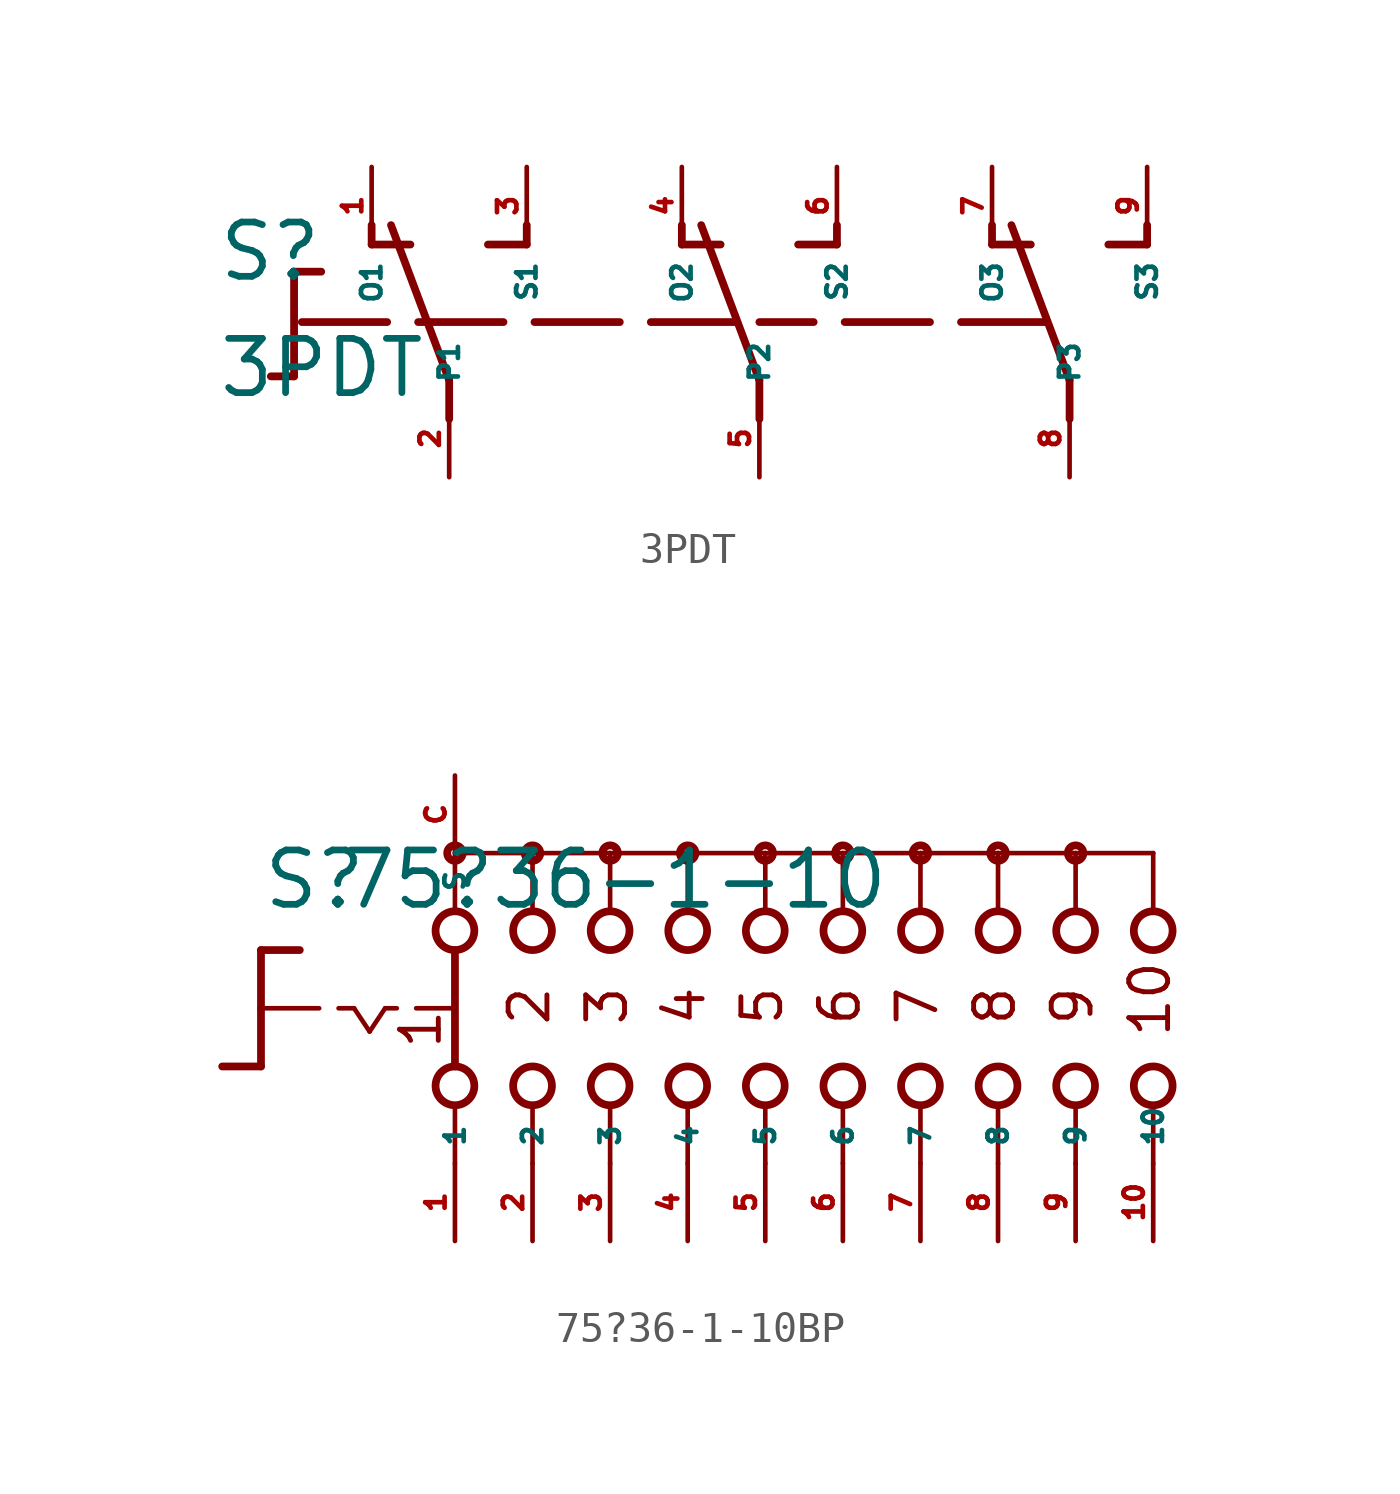
<source format=kicad_sym>
(kicad_symbol_lib
  (version 20220914)
  (generator Eagle2Kicad)
  (symbol "3PDT"
    (property "Reference" "S"
      (at -7.62 1.27 0)
      (effects (font (size 1.778 1.778) (thickness 0.22)) (justify left bottom)))
    (property "Value" "3PDT"
      (at -7.62 -2.54 0)
      (effects (font (size 1.778 1.778) (thickness 0.22)) (justify left bottom)))
    (polyline
      (pts (xy 0 -3.175) (xy 0 -1.905))
      (stroke (width 0.254) (type default))
      (fill (type none)))
    (polyline
      (pts (xy 0 -1.905) (xy -1.905 3.175))
      (stroke (width 0.254) (type default))
      (fill (type none)))
    (polyline
      (pts (xy 1.27 2.54) (xy 2.54 2.54))
      (stroke (width 0.254) (type default))
      (fill (type none)))
    (polyline
      (pts (xy 2.54 2.54) (xy 2.54 3.175))
      (stroke (width 0.254) (type default))
      (fill (type none)))
    (polyline
      (pts (xy -2.54 2.54) (xy -1.27 2.54))
      (stroke (width 0.254) (type default))
      (fill (type none)))
    (polyline
      (pts (xy -2.54 2.54) (xy -2.54 3.175))
      (stroke (width 0.254) (type default))
      (fill (type none)))
    (polyline
      (pts (xy 10.16 -3.175) (xy 10.16 -1.905))
      (stroke (width 0.254) (type default))
      (fill (type none)))
    (polyline
      (pts (xy 10.16 -1.905) (xy 8.255 3.175))
      (stroke (width 0.254) (type default))
      (fill (type none)))
    (polyline
      (pts (xy 11.43 2.54) (xy 12.7 2.54))
      (stroke (width 0.254) (type default))
      (fill (type none)))
    (polyline
      (pts (xy 12.7 2.54) (xy 12.7 3.175))
      (stroke (width 0.254) (type default))
      (fill (type none)))
    (polyline
      (pts (xy 7.62 2.54) (xy 8.89 2.54))
      (stroke (width 0.254) (type default))
      (fill (type none)))
    (polyline
      (pts (xy 7.62 2.54) (xy 7.62 3.175))
      (stroke (width 0.254) (type default))
      (fill (type none)))
    (polyline
      (pts (xy 9.398 0) (xy -5.08 0))
      (stroke (width 0.254) (type dash))
      (fill (type none)))
    (polyline
      (pts (xy -5.08 1.651) (xy -5.08 -1.778))
      (stroke (width 0.254) (type default))
      (fill (type none)))
    (polyline
      (pts (xy 20.32 -3.175) (xy 20.32 -1.905))
      (stroke (width 0.254) (type default))
      (fill (type none)))
    (polyline
      (pts (xy 20.32 -1.905) (xy 18.415 3.175))
      (stroke (width 0.254) (type default))
      (fill (type none)))
    (polyline
      (pts (xy 21.59 2.54) (xy 22.86 2.54))
      (stroke (width 0.254) (type default))
      (fill (type none)))
    (polyline
      (pts (xy 22.86 2.54) (xy 22.86 3.175))
      (stroke (width 0.254) (type default))
      (fill (type none)))
    (polyline
      (pts (xy 17.78 2.54) (xy 19.05 2.54))
      (stroke (width 0.254) (type default))
      (fill (type none)))
    (polyline
      (pts (xy 17.78 2.54) (xy 17.78 3.175))
      (stroke (width 0.254) (type default))
      (fill (type none)))
    (polyline
      (pts (xy 19.558 0) (xy 10.16 0))
      (stroke (width 0.254) (type dash))
      (fill (type none)))
    (polyline
      (pts (xy -5.08 1.651) (xy -4.191 1.651))
      (stroke (width 0.254) (type default))
      (fill (type none)))
    (polyline
      (pts (xy -5.842 -1.778) (xy -5.08 -1.778))
      (stroke (width 0.254) (type default))
      (fill (type none)))
    (pin passive line
      (at 0 -5.08 90)
      (length 2.54)
      (name "P1" (effects (font (size 0.635 0.635) (thickness 0.08)) (justify left bottom)))
      (number "2" (effects (font (size 0.635 0.635) (thickness 0.08)) (justify left bottom))))
    (pin passive line
      (at 2.54 5.08 270)
      (length 2.54)
      (name "S1" (effects (font (size 0.635 0.635) (thickness 0.08)) (justify left bottom)))
      (number "3" (effects (font (size 0.635 0.635) (thickness 0.08)) (justify left bottom))))
    (pin passive line
      (at -2.54 5.08 270)
      (length 2.54)
      (name "O1" (effects (font (size 0.635 0.635) (thickness 0.08)) (justify left bottom)))
      (number "1" (effects (font (size 0.635 0.635) (thickness 0.08)) (justify left bottom))))
    (pin passive line
      (at 10.16 -5.08 90)
      (length 2.54)
      (name "P2" (effects (font (size 0.635 0.635) (thickness 0.08)) (justify left bottom)))
      (number "5" (effects (font (size 0.635 0.635) (thickness 0.08)) (justify left bottom))))
    (pin passive line
      (at 12.7 5.08 270)
      (length 2.54)
      (name "S2" (effects (font (size 0.635 0.635) (thickness 0.08)) (justify left bottom)))
      (number "6" (effects (font (size 0.635 0.635) (thickness 0.08)) (justify left bottom))))
    (pin passive line
      (at 7.62 5.08 270)
      (length 2.54)
      (name "O2" (effects (font (size 0.635 0.635) (thickness 0.08)) (justify left bottom)))
      (number "4" (effects (font (size 0.635 0.635) (thickness 0.08)) (justify left bottom))))
    (pin passive line
      (at 20.32 -5.08 90)
      (length 2.54)
      (name "P3" (effects (font (size 0.635 0.635) (thickness 0.08)) (justify left bottom)))
      (number "8" (effects (font (size 0.635 0.635) (thickness 0.08)) (justify left bottom))))
    (pin passive line
      (at 22.86 5.08 270)
      (length 2.54)
      (name "S3" (effects (font (size 0.635 0.635) (thickness 0.08)) (justify left bottom)))
      (number "9" (effects (font (size 0.635 0.635) (thickness 0.08)) (justify left bottom))))
    (pin passive line
      (at 17.78 5.08 270)
      (length 2.54)
      (name "O3" (effects (font (size 0.635 0.635) (thickness 0.08)) (justify left bottom)))
      (number "7" (effects (font (size 0.635 0.635) (thickness 0.08)) (justify left bottom)))))
  (symbol "75?36-1-10BP"
    (property "Reference" "S"
      (at -16.51 3.175 0)
      (effects (font (size 1.778 1.778) (thickness 0.22)) (justify left bottom)))
    (property "Value" "75?36-1-10"
      (at -13.97 3.175 0)
      (effects (font (size 1.778 1.778) (thickness 0.22)) (justify left bottom)))
    (polyline
      (pts (xy -16.51 1.905) (xy -15.24 1.905))
      (stroke (width 0.254) (type default))
      (fill (type none)))
    (polyline
      (pts (xy -16.51 1.905) (xy -16.51 0))
      (stroke (width 0.254) (type default))
      (fill (type none)))
    (polyline
      (pts (xy -16.51 -1.905) (xy -17.78 -1.905))
      (stroke (width 0.254) (type default))
      (fill (type none)))
    (polyline
      (pts (xy -16.51 0) (xy -14.605 0))
      (stroke (width 0.152) (type default))
      (fill (type none)))
    (polyline
      (pts (xy -16.51 0) (xy -16.51 -1.905))
      (stroke (width 0.254) (type default))
      (fill (type none)))
    (polyline
      (pts (xy -13.97 0) (xy -13.462 0))
      (stroke (width 0.152) (type default))
      (fill (type none)))
    (polyline
      (pts (xy -12.446 0) (xy -12.065 0))
      (stroke (width 0.152) (type default))
      (fill (type none)))
    (polyline
      (pts (xy -11.43 0) (xy -10.287 0))
      (stroke (width 0.152) (type default))
      (fill (type none)))
    (polyline
      (pts (xy -13.462 0) (xy -12.954 -0.762))
      (stroke (width 0.152) (type default))
      (fill (type none)))
    (polyline
      (pts (xy -12.954 -0.762) (xy -12.446 0))
      (stroke (width 0.152) (type default))
      (fill (type none)))
    (polyline
      (pts (xy -7.62 3.175) (xy -7.62 5.08))
      (stroke (width 0.152) (type default))
      (fill (type none)))
    (polyline
      (pts (xy -5.08 3.175) (xy -5.08 5.08))
      (stroke (width 0.152) (type default))
      (fill (type none)))
    (polyline
      (pts (xy -2.54 3.175) (xy -2.54 5.08))
      (stroke (width 0.152) (type default))
      (fill (type none)))
    (polyline
      (pts (xy -7.62 -5.08) (xy -7.62 -3.175))
      (stroke (width 0.152) (type default))
      (fill (type none)))
    (polyline
      (pts (xy -5.08 -5.08) (xy -5.08 -3.175))
      (stroke (width 0.152) (type default))
      (fill (type none)))
    (polyline
      (pts (xy -2.54 -5.08) (xy -2.54 -3.175))
      (stroke (width 0.152) (type default))
      (fill (type none)))
    (polyline
      (pts (xy -5.08 5.08) (xy -7.62 5.08))
      (stroke (width 0.152) (type default))
      (fill (type none)))
    (polyline
      (pts (xy -5.08 5.08) (xy -2.54 5.08))
      (stroke (width 0.152) (type default))
      (fill (type none)))
    (polyline
      (pts (xy 0 -5.08) (xy 0 -3.175))
      (stroke (width 0.152) (type default))
      (fill (type none)))
    (polyline
      (pts (xy 2.54 -5.08) (xy 2.54 -3.175))
      (stroke (width 0.152) (type default))
      (fill (type none)))
    (polyline
      (pts (xy 0 3.175) (xy 0 5.08))
      (stroke (width 0.152) (type default))
      (fill (type none)))
    (polyline
      (pts (xy 2.54 3.175) (xy 2.54 5.08))
      (stroke (width 0.152) (type default))
      (fill (type none)))
    (polyline
      (pts (xy -2.54 5.08) (xy 0 5.08))
      (stroke (width 0.152) (type default))
      (fill (type none)))
    (polyline
      (pts (xy 0 5.08) (xy 2.54 5.08))
      (stroke (width 0.152) (type default))
      (fill (type none)))
    (polyline
      (pts (xy -10.16 5.08) (xy -10.16 3.175))
      (stroke (width 0.152) (type default))
      (fill (type none)))
    (polyline
      (pts (xy -10.16 1.905) (xy -10.16 -1.905))
      (stroke (width 0.254) (type default))
      (fill (type none)))
    (polyline
      (pts (xy -10.16 -3.175) (xy -10.16 -5.08))
      (stroke (width 0.152) (type default))
      (fill (type none)))
    (polyline
      (pts (xy -7.62 5.08) (xy -10.16 5.08))
      (stroke (width 0.152) (type default))
      (fill (type none)))
    (polyline
      (pts (xy 2.54 5.08) (xy 5.08 5.08))
      (stroke (width 0.152) (type default))
      (fill (type none)))
    (polyline
      (pts (xy 5.08 3.175) (xy 5.08 5.08))
      (stroke (width 0.152) (type default))
      (fill (type none)))
    (polyline
      (pts (xy 5.08 -5.08) (xy 5.08 -3.175))
      (stroke (width 0.152) (type default))
      (fill (type none)))
    (polyline
      (pts (xy 7.62 3.175) (xy 7.62 5.08))
      (stroke (width 0.152) (type default))
      (fill (type none)))
    (polyline
      (pts (xy 10.16 3.175) (xy 10.16 5.08))
      (stroke (width 0.152) (type default))
      (fill (type none)))
    (polyline
      (pts (xy 12.7 3.175) (xy 12.7 5.08))
      (stroke (width 0.152) (type default))
      (fill (type none)))
    (polyline
      (pts (xy 5.08 5.08) (xy 7.62 5.08))
      (stroke (width 0.152) (type default))
      (fill (type none)))
    (polyline
      (pts (xy 7.62 5.08) (xy 10.16 5.08))
      (stroke (width 0.152) (type default))
      (fill (type none)))
    (polyline
      (pts (xy 10.16 5.08) (xy 12.7 5.08))
      (stroke (width 0.152) (type default))
      (fill (type none)))
    (polyline
      (pts (xy 7.62 -5.08) (xy 7.62 -3.175))
      (stroke (width 0.152) (type default))
      (fill (type none)))
    (polyline
      (pts (xy 10.16 -5.08) (xy 10.16 -3.175))
      (stroke (width 0.152) (type default))
      (fill (type none)))
    (polyline
      (pts (xy 12.7 -5.08) (xy 12.7 -3.175))
      (stroke (width 0.152) (type default))
      (fill (type none)))
    (text "1"
      (at -10.541 -1.397 900)
      (effects (font (size 1.27 1.27) (thickness 0.16)) (justify left bottom)))
    (text "2"
      (at -6.985 -0.635 900)
      (effects (font (size 1.27 1.27) (thickness 0.16)) (justify left bottom)))
    (text "3"
      (at -4.445 -0.635 900)
      (effects (font (size 1.27 1.27) (thickness 0.16)) (justify left bottom)))
    (text "4"
      (at -1.905 -0.635 900)
      (effects (font (size 1.27 1.27) (thickness 0.16)) (justify left bottom)))
    (text "5"
      (at 0.635 -0.635 900)
      (effects (font (size 1.27 1.27) (thickness 0.16)) (justify left bottom)))
    (text "6"
      (at 3.175 -0.635 900)
      (effects (font (size 1.27 1.27) (thickness 0.16)) (justify left bottom)))
    (text "7"
      (at 5.715 -0.635 900)
      (effects (font (size 1.27 1.27) (thickness 0.16)) (justify left bottom)))
    (text "8"
      (at 8.255 -0.635 900)
      (effects (font (size 1.27 1.27) (thickness 0.16)) (justify left bottom)))
    (text "9"
      (at 10.795 -0.635 900)
      (effects (font (size 1.27 1.27) (thickness 0.16)) (justify left bottom)))
    (text "10"
      (at 13.335 -1.016 900)
      (effects (font (size 1.27 1.27) (thickness 0.16)) (justify left bottom)))
    (circle
      (center -5.08 5.08)
      (radius 0.254)
      (stroke (width 0.254) (type default))
      (fill (type none)))
    (circle
      (center -2.54 5.08)
      (radius 0.254)
      (stroke (width 0.254) (type default))
      (fill (type none)))
    (circle
      (center 2.54 5.08)
      (radius 0.254)
      (stroke (width 0.254) (type default))
      (fill (type none)))
    (circle
      (center -10.16 5.08)
      (radius 0.254)
      (stroke (width 0.254) (type default))
      (fill (type none)))
    (circle
      (center -7.62 5.08)
      (radius 0.254)
      (stroke (width 0.254) (type default))
      (fill (type none)))
    (circle
      (center -10.16 2.54)
      (radius 0.635)
      (stroke (width 0.254) (type default))
      (fill (type none)))
    (circle
      (center -7.62 2.54)
      (radius 0.635)
      (stroke (width 0.254) (type default))
      (fill (type none)))
    (circle
      (center -5.08 2.54)
      (radius 0.635)
      (stroke (width 0.254) (type default))
      (fill (type none)))
    (circle
      (center -10.16 -2.54)
      (radius 0.635)
      (stroke (width 0.254) (type default))
      (fill (type none)))
    (circle
      (center -7.62 -2.54)
      (radius 0.635)
      (stroke (width 0.254) (type default))
      (fill (type none)))
    (circle
      (center -5.08 -2.54)
      (radius 0.635)
      (stroke (width 0.254) (type default))
      (fill (type none)))
    (circle
      (center 0 5.08)
      (radius 0.254)
      (stroke (width 0.254) (type default))
      (fill (type none)))
    (circle
      (center -2.54 2.54)
      (radius 0.635)
      (stroke (width 0.254) (type default))
      (fill (type none)))
    (circle
      (center 0 2.54)
      (radius 0.635)
      (stroke (width 0.254) (type default))
      (fill (type none)))
    (circle
      (center -2.54 -2.54)
      (radius 0.635)
      (stroke (width 0.254) (type default))
      (fill (type none)))
    (circle
      (center 0 -2.54)
      (radius 0.635)
      (stroke (width 0.254) (type default))
      (fill (type none)))
    (circle
      (center 2.54 2.54)
      (radius 0.635)
      (stroke (width 0.254) (type default))
      (fill (type none)))
    (circle
      (center 2.54 -2.54)
      (radius 0.635)
      (stroke (width 0.254) (type default))
      (fill (type none)))
    (circle
      (center 5.08 5.08)
      (radius 0.254)
      (stroke (width 0.254) (type default))
      (fill (type none)))
    (circle
      (center 5.08 2.54)
      (radius 0.635)
      (stroke (width 0.254) (type default))
      (fill (type none)))
    (circle
      (center 5.08 -2.54)
      (radius 0.635)
      (stroke (width 0.254) (type default))
      (fill (type none)))
    (circle
      (center 7.62 2.54)
      (radius 0.635)
      (stroke (width 0.254) (type default))
      (fill (type none)))
    (circle
      (center 10.16 2.54)
      (radius 0.635)
      (stroke (width 0.254) (type default))
      (fill (type none)))
    (circle
      (center 12.7 2.54)
      (radius 0.635)
      (stroke (width 0.254) (type default))
      (fill (type none)))
    (circle
      (center 7.62 5.08)
      (radius 0.254)
      (stroke (width 0.254) (type default))
      (fill (type none)))
    (circle
      (center 10.16 5.08)
      (radius 0.254)
      (stroke (width 0.254) (type default))
      (fill (type none)))
    (circle
      (center 7.62 -2.54)
      (radius 0.635)
      (stroke (width 0.254) (type default))
      (fill (type none)))
    (circle
      (center 10.16 -2.54)
      (radius 0.635)
      (stroke (width 0.254) (type default))
      (fill (type none)))
    (circle
      (center 12.7 -2.54)
      (radius 0.635)
      (stroke (width 0.254) (type default))
      (fill (type none)))
    (pin passive line
      (at -10.16 -7.62 90)
      (length 2.54)
      (name "1" (effects (font (size 0.635 0.635) (thickness 0.08)) (justify left bottom)))
      (number "1" (effects (font (size 0.635 0.635) (thickness 0.08)) (justify left bottom))))
    (pin passive line
      (at -10.16 7.62 270)
      (length 2.54)
      (name "S" (effects (font (size 0.635 0.635) (thickness 0.08)) (justify left bottom)))
      (number "C" (effects (font (size 0.635 0.635) (thickness 0.08)) (justify left bottom))))
    (pin passive line
      (at -7.62 -7.62 90)
      (length 2.54)
      (name "2" (effects (font (size 0.635 0.635) (thickness 0.08)) (justify left bottom)))
      (number "2" (effects (font (size 0.635 0.635) (thickness 0.08)) (justify left bottom))))
    (pin passive line
      (at -5.08 -7.62 90)
      (length 2.54)
      (name "3" (effects (font (size 0.635 0.635) (thickness 0.08)) (justify left bottom)))
      (number "3" (effects (font (size 0.635 0.635) (thickness 0.08)) (justify left bottom))))
    (pin passive line
      (at -2.54 -7.62 90)
      (length 2.54)
      (name "4" (effects (font (size 0.635 0.635) (thickness 0.08)) (justify left bottom)))
      (number "4" (effects (font (size 0.635 0.635) (thickness 0.08)) (justify left bottom))))
    (pin passive line
      (at 0 -7.62 90)
      (length 2.54)
      (name "5" (effects (font (size 0.635 0.635) (thickness 0.08)) (justify left bottom)))
      (number "5" (effects (font (size 0.635 0.635) (thickness 0.08)) (justify left bottom))))
    (pin passive line
      (at 2.54 -7.62 90)
      (length 2.54)
      (name "6" (effects (font (size 0.635 0.635) (thickness 0.08)) (justify left bottom)))
      (number "6" (effects (font (size 0.635 0.635) (thickness 0.08)) (justify left bottom))))
    (pin passive line
      (at 5.08 -7.62 90)
      (length 2.54)
      (name "7" (effects (font (size 0.635 0.635) (thickness 0.08)) (justify left bottom)))
      (number "7" (effects (font (size 0.635 0.635) (thickness 0.08)) (justify left bottom))))
    (pin passive line
      (at 7.62 -7.62 90)
      (length 2.54)
      (name "8" (effects (font (size 0.635 0.635) (thickness 0.08)) (justify left bottom)))
      (number "8" (effects (font (size 0.635 0.635) (thickness 0.08)) (justify left bottom))))
    (pin passive line
      (at 10.16 -7.62 90)
      (length 2.54)
      (name "9" (effects (font (size 0.635 0.635) (thickness 0.08)) (justify left bottom)))
      (number "9" (effects (font (size 0.635 0.635) (thickness 0.08)) (justify left bottom))))
    (pin passive line
      (at 12.7 -7.62 90)
      (length 2.54)
      (name "10" (effects (font (size 0.635 0.635) (thickness 0.08)) (justify left bottom)))
      (number "10" (effects (font (size 0.635 0.635) (thickness 0.08)) (justify left bottom))))))
</source>
